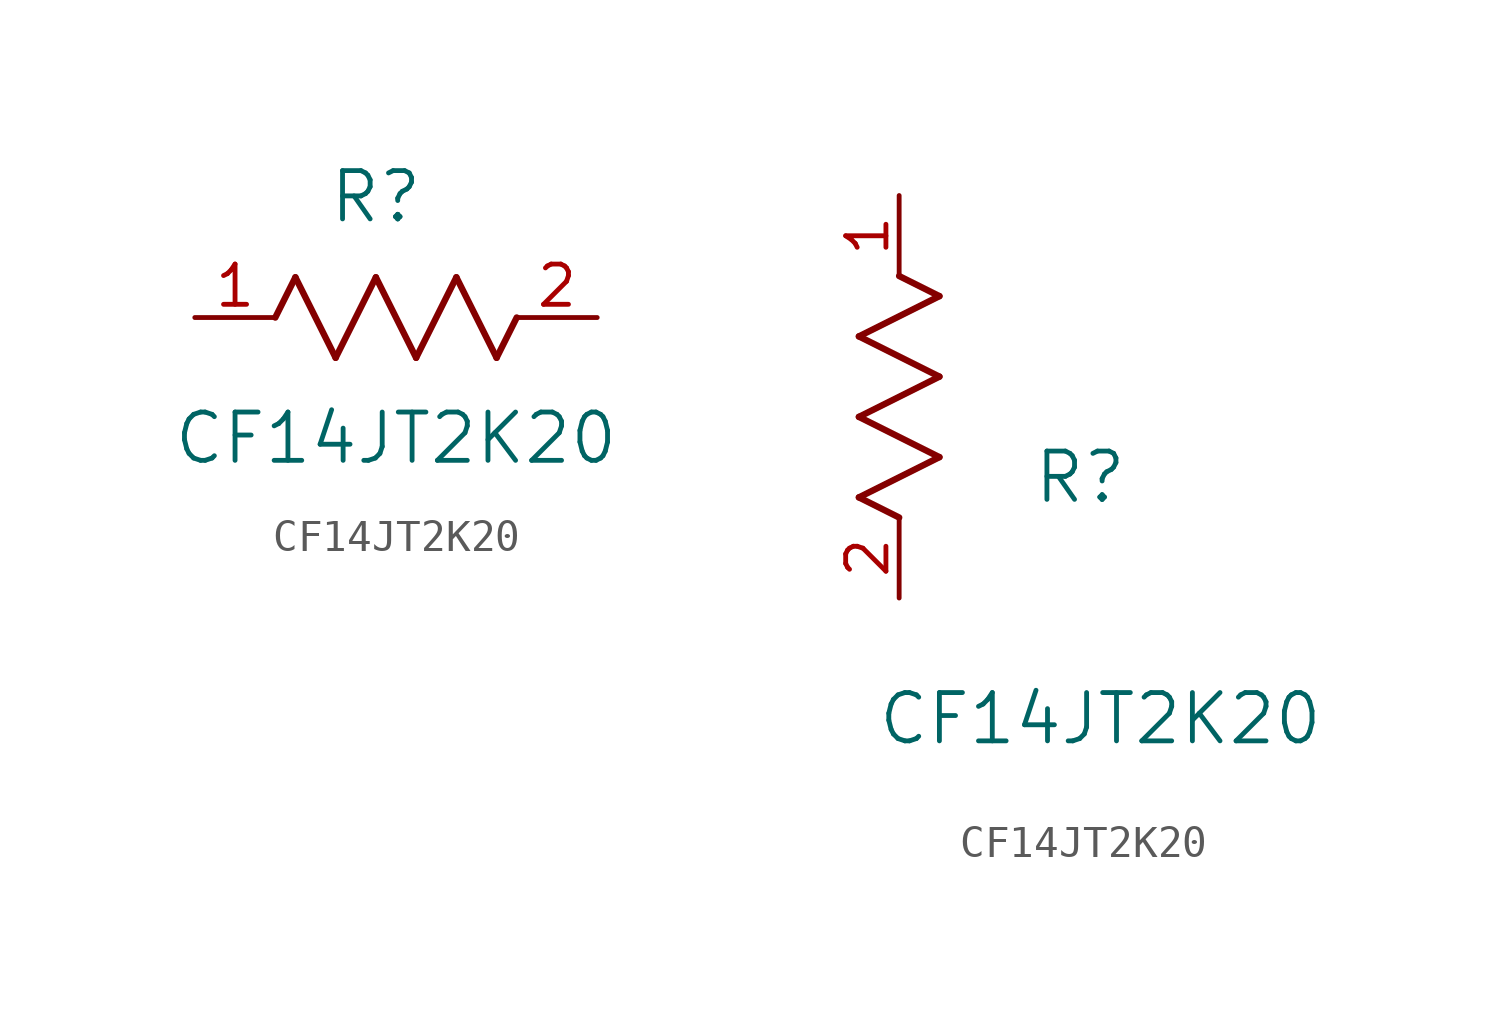
<source format=kicad_sym>
(kicad_symbol_lib
  (version 20211014)
  (generator kicad_symbol_editor)
  (symbol "CF14JT2K20"
    (pin_names
      (offset 0.254))
    (property "Reference" "R"
      (at 5.715 3.81 0)
      (effects (font (size 1.524 1.524))))
    (property "Value" "CF14JT2K20"
      (at 6.35 -3.81 0)
      (effects (font (size 1.524 1.524))))
    (symbol "CF14JT2K20_1_1"
      (polyline (pts (xy 3.175 1.27) (xy 4.445 -1.27)) (stroke (width 0.203) (type default) (color 0 0 0 0)) (fill (type none)))
      (polyline (pts (xy 4.445 -1.27) (xy 5.715 1.27)) (stroke (width 0.203) (type default) (color 0 0 0 0)) (fill (type none)))
      (polyline (pts (xy 5.715 1.27) (xy 6.985 -1.27)) (stroke (width 0.203) (type default) (color 0 0 0 0)) (fill (type none)))
      (polyline (pts (xy 6.985 -1.27) (xy 8.255 1.27)) (stroke (width 0.203) (type default) (color 0 0 0 0)) (fill (type none)))
      (polyline (pts (xy 8.255 1.27) (xy 9.525 -1.27)) (stroke (width 0.203) (type default) (color 0 0 0 0)) (fill (type none)))
      (polyline (pts (xy 2.54 0) (xy 3.175 1.27)) (stroke (width 0.203) (type default) (color 0 0 0 0)) (fill (type none)))
      (polyline (pts (xy 9.525 -1.27) (xy 10.16 0)) (stroke (width 0.203) (type default) (color 0 0 0 0)) (fill (type none)))
      (pin unspecified line (at 0 0 0) (length 2.54) (name "" (effects (font (size 1.27 1.27)))) (number "1" (effects (font (size 1.27 1.27)))))
      (pin unspecified line (at 12.7 0 180) (length 2.54) (name "" (effects (font (size 1.27 1.27)))) (number "2" (effects (font (size 1.27 1.27))))))
    (symbol "CF14JT2K20_1_2"
      (polyline (pts (xy 0 2.54) (xy -1.27 3.175)) (stroke (width 0.203) (type default) (color 0 0 0 0)) (fill (type none)))
      (polyline (pts (xy -1.27 3.175) (xy 1.27 4.445)) (stroke (width 0.203) (type default) (color 0 0 0 0)) (fill (type none)))
      (polyline (pts (xy 1.27 4.445) (xy -1.27 5.715)) (stroke (width 0.203) (type default) (color 0 0 0 0)) (fill (type none)))
      (polyline (pts (xy -1.27 5.715) (xy 1.27 6.985)) (stroke (width 0.203) (type default) (color 0 0 0 0)) (fill (type none)))
      (polyline (pts (xy -1.27 8.255) (xy 1.27 9.525)) (stroke (width 0.203) (type default) (color 0 0 0 0)) (fill (type none)))
      (polyline (pts (xy 1.27 9.525) (xy 0 10.16)) (stroke (width 0.203) (type default) (color 0 0 0 0)) (fill (type none)))
      (polyline (pts (xy 1.27 6.985) (xy -1.27 8.255)) (stroke (width 0.203) (type default) (color 0 0 0 0)) (fill (type none)))
      (pin unspecified line (at 0 12.7 270) (length 2.54) (name "" (effects (font (size 1.27 1.27)))) (number "1" (effects (font (size 1.27 1.27)))))
      (pin unspecified line (at 0 0 90) (length 2.54) (name "" (effects (font (size 1.27 1.27)))) (number "2" (effects (font (size 1.27 1.27))))))))
</source>
